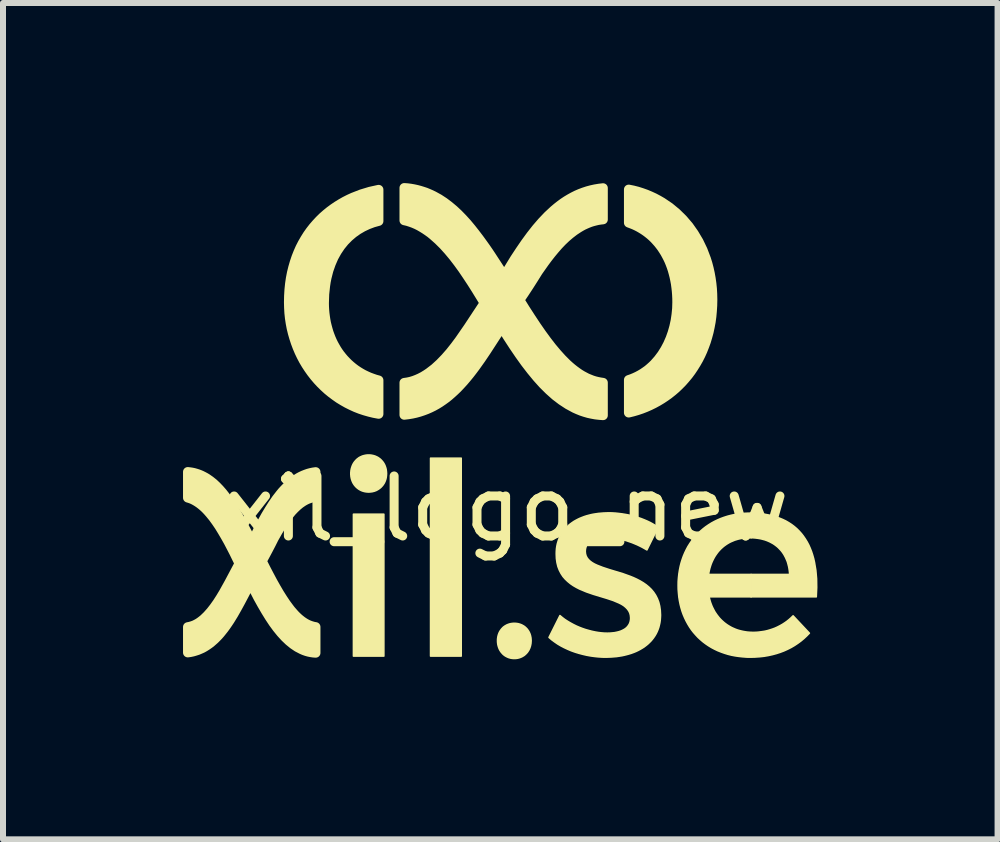
<source format=kicad_pcb>
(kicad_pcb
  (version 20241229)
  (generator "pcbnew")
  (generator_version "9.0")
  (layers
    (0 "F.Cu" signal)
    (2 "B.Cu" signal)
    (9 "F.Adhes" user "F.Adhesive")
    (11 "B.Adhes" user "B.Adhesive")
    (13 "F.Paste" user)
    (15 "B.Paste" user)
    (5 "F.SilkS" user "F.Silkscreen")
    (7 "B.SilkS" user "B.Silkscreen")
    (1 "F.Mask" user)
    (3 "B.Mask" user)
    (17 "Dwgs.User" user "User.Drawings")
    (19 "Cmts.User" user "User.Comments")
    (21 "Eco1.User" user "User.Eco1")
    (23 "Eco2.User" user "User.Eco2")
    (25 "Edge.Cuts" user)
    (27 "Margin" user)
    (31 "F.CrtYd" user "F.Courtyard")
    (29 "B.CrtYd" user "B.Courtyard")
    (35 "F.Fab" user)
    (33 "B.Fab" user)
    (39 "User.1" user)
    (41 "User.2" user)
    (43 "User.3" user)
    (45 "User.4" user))
  (footprint "xil_logo_new"
    (layer "F.Cu")
    (at 5.398 4.926)
    (property "Reference" "xil_logo_new" (at 0 0.5 0) (layer "F.SilkS") (effects (font (size 1 1) (thickness 0.15))))
    (attr through_hole)
    (fp_poly (pts (xy -2.559 2.956) (xy -2.559 0.592) (xy -2.052 0.592) (xy -2.052 2.956) (xy -2.559 2.956)) (stroke (width 0.026) (type solid)) (fill yes) (layer "F.SilkS"))
    (fp_poly (pts (xy -1.274 2.956) (xy -1.274 -0.342) (xy -0.763 -0.342) (xy -0.763 2.956) (xy -1.274 2.956)) (stroke (width 0.026) (type solid)) (fill yes) (layer "F.SilkS"))
    (fp_poly (pts (xy 4.067 0.575) (xy 4.067 0.984) (xy 4.102 0.985) (xy 4.137 0.988) (xy 4.17 0.992) (xy 4.203 0.997) (xy 4.234 1.003) (xy 4.265 1.011) (xy 4.295 1.019) (xy 4.324 1.029) (xy 4.353 1.041) (xy 4.38 1.053) (xy 4.406 1.067) (xy 4.432 1.081) (xy 4.456 1.097) (xy 4.479 1.114) (xy 4.502 1.132) (xy 4.523 1.151) (xy 4.543 1.172) (xy 4.563 1.193) (xy 4.581 1.215) (xy 4.598 1.239) (xy 4.614 1.263) (xy 4.628 1.289) (xy 4.642 1.315) (xy 4.654 1.343) (xy 4.666 1.371) (xy 4.676 1.4) (xy 4.684 1.431) (xy 4.692 1.462) (xy 4.698 1.494) (xy 4.703 1.527) (xy 4.707 1.561) (xy 4.709 1.596) (xy 4.067 1.596) (xy 4.067 1.969) (xy 5.153 1.969) (xy 5.16 1.814) (xy 5.158 1.667) (xy 5.146 1.527) (xy 5.124 1.396) (xy 5.11 1.333) (xy 5.093 1.273) (xy 5.074 1.215) (xy 5.052 1.159) (xy 5.028 1.105) (xy 5.001 1.054) (xy 4.971 1.005) (xy 4.939 0.958) (xy 4.905 0.914) (xy 4.868 0.873) (xy 4.828 0.833) (xy 4.786 0.797) (xy 4.741 0.763) (xy 4.693 0.732) (xy 4.643 0.703) (xy 4.59 0.678) (xy 4.534 0.655) (xy 4.476 0.634) (xy 4.415 0.617) (xy 4.351 0.603) (xy 4.284 0.591) (xy 4.215 0.583) (xy 4.142 0.577) (xy 4.067 0.575)) (stroke (width 0.026) (type solid)) (fill yes) (layer "F.SilkS"))
    (fp_poly (pts (xy -2.139 -1.64) (xy -2.193 -1.655) (xy -2.245 -1.673) (xy -2.296 -1.692) (xy -2.345 -1.714) (xy -2.393 -1.737) (xy -2.439 -1.763) (xy -2.483 -1.79) (xy -2.526 -1.819) (xy -2.567 -1.85) (xy -2.607 -1.883) (xy -2.645 -1.917) (xy -2.681 -1.953) (xy -2.716 -1.99) (xy -2.749 -2.029) (xy -2.781 -2.069) (xy -2.811 -2.111) (xy -2.839 -2.154) (xy -2.865 -2.199) (xy -2.89 -2.244) (xy -2.913 -2.291) (xy -2.934 -2.339) (xy -2.953 -2.388) (xy -2.971 -2.438) (xy -2.986 -2.489) (xy -3 -2.541) (xy -3.013 -2.594) (xy -3.023 -2.648) (xy -3.031 -2.702) (xy -3.038 -2.757) (xy -3.043 -2.813) (xy -3.046 -2.869) (xy -3.047 -2.927) (xy -3.042 -3.076) (xy -3.027 -3.216) (xy -3.017 -3.283) (xy -3.004 -3.348) (xy -2.973 -3.47) (xy -2.933 -3.584) (xy -2.887 -3.69) (xy -2.833 -3.787) (xy -2.774 -3.875) (xy -2.709 -3.955) (xy -2.638 -4.027) (xy -2.563 -4.091) (xy -2.485 -4.146) (xy -2.402 -4.194) (xy -2.317 -4.234) (xy -2.229 -4.267) (xy -2.139 -4.292) (xy -2.139 -4.816) (xy -2.284 -4.784) (xy -2.426 -4.741) (xy -2.565 -4.687) (xy -2.633 -4.656) (xy -2.7 -4.622) (xy -2.765 -4.585) (xy -2.83 -4.545) (xy -2.892 -4.503) (xy -2.953 -4.458) (xy -3.012 -4.41) (xy -3.07 -4.359) (xy -3.125 -4.305) (xy -3.178 -4.248) (xy -3.229 -4.189) (xy -3.278 -4.126) (xy -3.324 -4.061) (xy -3.367 -3.992) (xy -3.408 -3.921) (xy -3.446 -3.847) (xy -3.48 -3.77) (xy -3.512 -3.689) (xy -3.54 -3.606) (xy -3.565 -3.52) (xy -3.587 -3.431) (xy -3.605 -3.339) (xy -3.619 -3.243) (xy -3.629 -3.145) (xy -3.635 -3.044) (xy -3.637 -2.939) (xy -3.635 -2.85) (xy -3.63 -2.763) (xy -3.621 -2.677) (xy -3.608 -2.592) (xy -3.592 -2.508) (xy -3.572 -2.426) (xy -3.549 -2.346) (xy -3.523 -2.267) (xy -3.494 -2.19) (xy -3.462 -2.114) (xy -3.427 -2.041) (xy -3.389 -1.969) (xy -3.348 -1.9) (xy -3.304 -1.833) (xy -3.258 -1.768) (xy -3.209 -1.705) (xy -3.157 -1.644) (xy -3.103 -1.586) (xy -3.047 -1.531) (xy -2.989 -1.478) (xy -2.928 -1.428) (xy -2.865 -1.381) (xy -2.801 -1.336) (xy -2.734 -1.295) (xy -2.665 -1.256) (xy -2.595 -1.221) (xy -2.523 -1.188) (xy -2.449 -1.159) (xy -2.374 -1.134) (xy -2.297 -1.112) (xy -2.219 -1.093) (xy -2.139 -1.078) (xy -2.139 -1.64)) (stroke (width 0.159) (type solid)) (fill yes) (layer "F.SilkS"))
    (fp_poly (pts (xy 2.028 -4.82) (xy 2.028 -4.264) (xy 2.071 -4.248) (xy 2.114 -4.231) (xy 2.155 -4.212) (xy 2.196 -4.191) (xy 2.236 -4.168) (xy 2.275 -4.144) (xy 2.313 -4.118) (xy 2.35 -4.09) (xy 2.386 -4.061) (xy 2.421 -4.03) (xy 2.455 -3.997) (xy 2.487 -3.962) (xy 2.519 -3.926) (xy 2.549 -3.888) (xy 2.578 -3.849) (xy 2.605 -3.808) (xy 2.632 -3.765) (xy 2.656 -3.721) (xy 2.68 -3.675) (xy 2.702 -3.628) (xy 2.722 -3.579) (xy 2.741 -3.528) (xy 2.758 -3.476) (xy 2.773 -3.422) (xy 2.787 -3.367) (xy 2.799 -3.31) (xy 2.81 -3.252) (xy 2.818 -3.192) (xy 2.825 -3.131) (xy 2.83 -3.069) (xy 2.833 -3.005) (xy 2.834 -2.939) (xy 2.831 -2.836) (xy 2.821 -2.734) (xy 2.806 -2.632) (xy 2.784 -2.531) (xy 2.756 -2.432) (xy 2.722 -2.336) (xy 2.681 -2.242) (xy 2.634 -2.153) (xy 2.581 -2.068) (xy 2.521 -1.988) (xy 2.455 -1.913) (xy 2.419 -1.878) (xy 2.382 -1.845) (xy 2.344 -1.813) (xy 2.303 -1.784) (xy 2.262 -1.756) (xy 2.218 -1.73) (xy 2.173 -1.706) (xy 2.126 -1.684) (xy 2.078 -1.664) (xy 2.028 -1.647) (xy 2.028 -1.099) (xy 2.101 -1.117) (xy 2.173 -1.138) (xy 2.244 -1.162) (xy 2.313 -1.189) (xy 2.381 -1.219) (xy 2.448 -1.252) (xy 2.514 -1.288) (xy 2.577 -1.326) (xy 2.639 -1.367) (xy 2.7 -1.411) (xy 2.758 -1.457) (xy 2.815 -1.506) (xy 2.869 -1.558) (xy 2.922 -1.612) (xy 2.972 -1.669) (xy 3.021 -1.728) (xy 3.067 -1.79) (xy 3.11 -1.854) (xy 3.151 -1.92) (xy 3.19 -1.988) (xy 3.226 -2.059) (xy 3.259 -2.132) (xy 3.289 -2.208) (xy 3.317 -2.285) (xy 3.341 -2.365) (xy 3.363 -2.446) (xy 3.381 -2.53) (xy 3.397 -2.615) (xy 3.409 -2.703) (xy 3.417 -2.792) (xy 3.423 -2.884) (xy 3.425 -2.977) (xy 3.425 -2.989) (xy 3.423 -3.079) (xy 3.418 -3.166) (xy 3.409 -3.253) (xy 3.397 -3.337) (xy 3.382 -3.421) (xy 3.364 -3.502) (xy 3.343 -3.582) (xy 3.319 -3.659) (xy 3.262 -3.809) (xy 3.194 -3.951) (xy 3.115 -4.084) (xy 3.027 -4.209) (xy 2.929 -4.323) (xy 2.822 -4.428) (xy 2.707 -4.523) (xy 2.584 -4.606) (xy 2.52 -4.643) (xy 2.454 -4.678) (xy 2.387 -4.709) (xy 2.318 -4.738) (xy 2.248 -4.763) (xy 2.176 -4.786) (xy 2.102 -4.805) (xy 2.028 -4.82) (xy 2.028 -4.82)) (stroke (width 0.159) (type solid)) (fill yes) (layer "F.SilkS"))
    (fp_poly (pts (xy -2.007 -0.084) (xy -2.008 -0.068) (xy -2.009 -0.051) (xy -2.011 -0.035) (xy -2.013 -0.02) (xy -2.016 -0.005) (xy -2.02 0.01) (xy -2.025 0.025) (xy -2.03 0.039) (xy -2.036 0.053) (xy -2.042 0.066) (xy -2.049 0.079) (xy -2.057 0.091) (xy -2.065 0.103) (xy -2.074 0.115) (xy -2.083 0.125) (xy -2.093 0.136) (xy -2.103 0.146) (xy -2.114 0.155) (xy -2.125 0.164) (xy -2.137 0.172) (xy -2.149 0.18) (xy -2.161 0.187) (xy -2.174 0.194) (xy -2.187 0.2) (xy -2.201 0.205) (xy -2.215 0.21) (xy -2.229 0.213) (xy -2.244 0.217) (xy -2.259 0.219) (xy -2.274 0.221) (xy -2.289 0.222) (xy -2.305 0.223) (xy -2.321 0.222) (xy -2.336 0.221) (xy -2.352 0.219) (xy -2.366 0.217) (xy -2.381 0.213) (xy -2.395 0.21) (xy -2.409 0.205) (xy -2.423 0.2) (xy -2.436 0.194) (xy -2.449 0.187) (xy -2.462 0.18) (xy -2.474 0.172) (xy -2.485 0.164) (xy -2.496 0.155) (xy -2.507 0.146) (xy -2.517 0.136) (xy -2.527 0.125) (xy -2.536 0.115) (xy -2.545 0.103) (xy -2.553 0.091) (xy -2.561 0.079) (xy -2.568 0.066) (xy -2.574 0.053) (xy -2.58 0.039) (xy -2.585 0.025) (xy -2.59 0.01) (xy -2.594 -0.005) (xy -2.597 -0.02) (xy -2.6 -0.035) (xy -2.601 -0.051) (xy -2.603 -0.068) (xy -2.603 -0.084) (xy -2.603 -0.101) (xy -2.601 -0.118) (xy -2.6 -0.134) (xy -2.597 -0.15) (xy -2.594 -0.165) (xy -2.59 -0.18) (xy -2.585 -0.195) (xy -2.58 -0.21) (xy -2.574 -0.224) (xy -2.568 -0.237) (xy -2.561 -0.25) (xy -2.553 -0.263) (xy -2.545 -0.275) (xy -2.536 -0.286) (xy -2.527 -0.297) (xy -2.517 -0.308) (xy -2.507 -0.318) (xy -2.496 -0.328) (xy -2.485 -0.336) (xy -2.474 -0.345) (xy -2.462 -0.353) (xy -2.449 -0.36) (xy -2.436 -0.366) (xy -2.423 -0.372) (xy -2.409 -0.378) (xy -2.395 -0.382) (xy -2.381 -0.386) (xy -2.366 -0.389) (xy -2.352 -0.392) (xy -2.336 -0.394) (xy -2.321 -0.395) (xy -2.305 -0.395) (xy -2.289 -0.395) (xy -2.274 -0.394) (xy -2.259 -0.392) (xy -2.244 -0.389) (xy -2.229 -0.386) (xy -2.215 -0.382) (xy -2.201 -0.378) (xy -2.187 -0.372) (xy -2.174 -0.366) (xy -2.161 -0.36) (xy -2.149 -0.353) (xy -2.137 -0.345) (xy -2.125 -0.336) (xy -2.114 -0.328) (xy -2.103 -0.318) (xy -2.093 -0.308) (xy -2.083 -0.297) (xy -2.074 -0.286) (xy -2.065 -0.275) (xy -2.057 -0.263) (xy -2.049 -0.25) (xy -2.042 -0.237) (xy -2.036 -0.224) (xy -2.03 -0.21) (xy -2.025 -0.195) (xy -2.02 -0.18) (xy -2.016 -0.165) (xy -2.013 -0.15) (xy -2.011 -0.134) (xy -2.009 -0.118) (xy -2.008 -0.101) (xy -2.007 -0.084)) (stroke (width 0.026) (type solid)) (fill yes) (layer "F.SilkS"))
    (fp_poly (pts (xy 0.402 2.698) (xy 0.401 2.715) (xy 0.4 2.73) (xy 0.399 2.746) (xy 0.396 2.761) (xy 0.393 2.776) (xy 0.39 2.79) (xy 0.385 2.804) (xy 0.381 2.818) (xy 0.375 2.831) (xy 0.369 2.844) (xy 0.363 2.857) (xy 0.355 2.869) (xy 0.348 2.88) (xy 0.34 2.892) (xy 0.331 2.902) (xy 0.322 2.912) (xy 0.312 2.922) (xy 0.302 2.931) (xy 0.292 2.94) (xy 0.281 2.948) (xy 0.269 2.955) (xy 0.258 2.962) (xy 0.246 2.968) (xy 0.233 2.974) (xy 0.22 2.979) (xy 0.207 2.984) (xy 0.194 2.987) (xy 0.18 2.991) (xy 0.166 2.993) (xy 0.151 2.995) (xy 0.137 2.996) (xy 0.122 2.996) (xy 0.107 2.996) (xy 0.092 2.995) (xy 0.078 2.993) (xy 0.064 2.991) (xy 0.05 2.987) (xy 0.037 2.984) (xy 0.023 2.979) (xy 0.011 2.974) (xy -0.002 2.968) (xy -0.014 2.962) (xy -0.026 2.955) (xy -0.037 2.948) (xy -0.048 2.94) (xy -0.059 2.931) (xy -0.069 2.922) (xy -0.078 2.912) (xy -0.087 2.902) (xy -0.096 2.892) (xy -0.104 2.88) (xy -0.112 2.869) (xy -0.119 2.857) (xy -0.126 2.844) (xy -0.132 2.831) (xy -0.137 2.818) (xy -0.142 2.804) (xy -0.146 2.79) (xy -0.15 2.776) (xy -0.153 2.761) (xy -0.155 2.746) (xy -0.157 2.73) (xy -0.158 2.715) (xy -0.158 2.698) (xy -0.158 2.683) (xy -0.157 2.667) (xy -0.155 2.652) (xy -0.153 2.638) (xy -0.15 2.623) (xy -0.146 2.609) (xy -0.142 2.595) (xy -0.137 2.582) (xy -0.132 2.569) (xy -0.126 2.557) (xy -0.119 2.544) (xy -0.112 2.533) (xy -0.104 2.522) (xy -0.096 2.511) (xy -0.087 2.5) (xy -0.078 2.491) (xy -0.069 2.481) (xy -0.059 2.472) (xy -0.048 2.464) (xy -0.037 2.456) (xy -0.026 2.449) (xy -0.014 2.443) (xy -0.002 2.436) (xy 0.011 2.431) (xy 0.023 2.426) (xy 0.037 2.422) (xy 0.05 2.418) (xy 0.064 2.415) (xy 0.078 2.413) (xy 0.092 2.411) (xy 0.107 2.41) (xy 0.122 2.41) (xy 0.137 2.41) (xy 0.151 2.411) (xy 0.166 2.413) (xy 0.18 2.415) (xy 0.194 2.418) (xy 0.207 2.422) (xy 0.22 2.426) (xy 0.233 2.431) (xy 0.246 2.436) (xy 0.258 2.443) (xy 0.269 2.449) (xy 0.281 2.456) (xy 0.292 2.464) (xy 0.302 2.472) (xy 0.312 2.481) (xy 0.322 2.491) (xy 0.331 2.5) (xy 0.34 2.511) (xy 0.348 2.522) (xy 0.355 2.533) (xy 0.363 2.544) (xy 0.369 2.557) (xy 0.375 2.569) (xy 0.381 2.582) (xy 0.385 2.595) (xy 0.39 2.609) (xy 0.393 2.623) (xy 0.396 2.638) (xy 0.399 2.652) (xy 0.4 2.667) (xy 0.401 2.683) (xy 0.402 2.698)) (stroke (width 0.026) (type solid)) (fill yes) (layer "F.SilkS"))
    (fp_poly (pts (xy 4.067 0.575) (xy 4.065 0.575) (xy 4.062 0.574) (xy 4.057 0.574) (xy 4.052 0.574) (xy 4.049 0.574) (xy 4.047 0.574) (xy 3.981 0.576) (xy 3.918 0.58) (xy 3.855 0.587) (xy 3.794 0.597) (xy 3.734 0.61) (xy 3.676 0.625) (xy 3.619 0.643) (xy 3.564 0.663) (xy 3.51 0.686) (xy 3.458 0.711) (xy 3.408 0.738) (xy 3.36 0.768) (xy 3.313 0.8) (xy 3.269 0.834) (xy 3.226 0.871) (xy 3.185 0.909) (xy 3.147 0.95) (xy 3.11 0.993) (xy 3.076 1.037) (xy 3.044 1.084) (xy 3.014 1.132) (xy 2.987 1.183) (xy 2.962 1.235) (xy 2.939 1.289) (xy 2.919 1.345) (xy 2.901 1.402) (xy 2.886 1.461) (xy 2.874 1.521) (xy 2.864 1.583) (xy 2.857 1.647) (xy 2.852 1.712) (xy 2.851 1.778) (xy 2.852 1.844) (xy 2.857 1.909) (xy 2.863 1.972) (xy 2.873 2.034) (xy 2.885 2.094) (xy 2.9 2.153) (xy 2.917 2.21) (xy 2.937 2.265) (xy 2.96 2.319) (xy 2.985 2.371) (xy 3.012 2.421) (xy 3.041 2.469) (xy 3.073 2.516) (xy 3.107 2.56) (xy 3.144 2.602) (xy 3.182 2.643) (xy 3.223 2.681) (xy 3.265 2.717) (xy 3.31 2.751) (xy 3.357 2.783) (xy 3.406 2.813) (xy 3.457 2.84) (xy 3.509 2.865) (xy 3.564 2.887) (xy 3.62 2.907) (xy 3.678 2.925) (xy 3.737 2.94) (xy 3.799 2.952) (xy 3.862 2.961) (xy 3.926 2.968) (xy 3.992 2.973) (xy 4.06 2.974) (xy 4.136 2.972) (xy 4.21 2.967) (xy 4.282 2.959) (xy 4.353 2.947) (xy 4.421 2.932) (xy 4.488 2.914) (xy 4.553 2.893) (xy 4.616 2.869) (xy 4.676 2.842) (xy 4.735 2.812) (xy 4.791 2.779) (xy 4.845 2.743) (xy 4.897 2.705) (xy 4.946 2.664) (xy 4.993 2.62) (xy 5.038 2.574) (xy 4.767 2.285) (xy 4.734 2.317) (xy 4.699 2.348) (xy 4.663 2.377) (xy 4.626 2.403) (xy 4.587 2.428) (xy 4.548 2.45) (xy 4.507 2.471) (xy 4.465 2.49) (xy 4.422 2.506) (xy 4.379 2.52) (xy 4.334 2.533) (xy 4.289 2.543) (xy 4.242 2.55) (xy 4.196 2.556) (xy 4.148 2.56) (xy 4.1 2.561) (xy 4.065 2.56) (xy 4.031 2.558) (xy 3.998 2.555) (xy 3.965 2.55) (xy 3.932 2.544) (xy 3.901 2.537) (xy 3.869 2.529) (xy 3.839 2.52) (xy 3.809 2.509) (xy 3.781 2.497) (xy 3.752 2.484) (xy 3.725 2.47) (xy 3.698 2.454) (xy 3.672 2.438) (xy 3.647 2.42) (xy 3.623 2.402) (xy 3.6 2.382) (xy 3.577 2.361) (xy 3.556 2.34) (xy 3.535 2.317) (xy 3.516 2.293) (xy 3.497 2.268) (xy 3.479 2.242) (xy 3.462 2.216) (xy 3.447 2.188) (xy 3.432 2.159) (xy 3.418 2.13) (xy 3.406 2.1) (xy 3.394 2.068) (xy 3.384 2.036) (xy 3.375 2.003) (xy 3.367 1.969) (xy 4.067 1.969) (xy 4.067 1.596) (xy 3.358 1.596) (xy 3.364 1.561) (xy 3.371 1.527) (xy 3.379 1.494) (xy 3.389 1.461) (xy 3.399 1.43) (xy 3.411 1.399) (xy 3.424 1.37) (xy 3.438 1.341) (xy 3.453 1.313) (xy 3.469 1.286) (xy 3.486 1.261) (xy 3.504 1.236) (xy 3.523 1.212) (xy 3.543 1.19) (xy 3.564 1.168) (xy 3.586 1.148) (xy 3.609 1.128) (xy 3.633 1.11) (xy 3.657 1.093) (xy 3.683 1.077) (xy 3.709 1.062) (xy 3.736 1.049) (xy 3.765 1.037) (xy 3.793 1.025) (xy 3.823 1.016) (xy 3.853 1.007) (xy 3.885 1) (xy 3.916 0.994) (xy 3.949 0.989) (xy 3.982 0.985) (xy 4.016 0.983) (xy 4.051 0.983) (xy 4.052 0.983) (xy 4.053 0.983) (xy 4.055 0.983) (xy 4.057 0.983) (xy 4.059 0.983) (xy 4.061 0.984) (xy 4.063 0.984) (xy 4.065 0.984) (xy 4.066 0.984) (xy 4.067 0.984) (xy 4.067 0.575)) (stroke (width 0.026) (type solid)) (fill yes) (layer "F.SilkS"))
    (fp_poly (pts (xy -3.188 2.47) (xy -3.218 2.465) (xy -3.247 2.457) (xy -3.275 2.448) (xy -3.304 2.437) (xy -3.332 2.424) (xy -3.36 2.409) (xy -3.387 2.392) (xy -3.415 2.373) (xy -3.442 2.352) (xy -3.469 2.33) (xy -3.496 2.305) (xy -3.523 2.279) (xy -3.549 2.251) (xy -3.576 2.22) (xy -3.603 2.189) (xy -3.629 2.155) (xy -3.683 2.082) (xy -3.737 2.001) (xy -3.792 1.914) (xy -3.847 1.82) (xy -3.904 1.719) (xy -3.962 1.61) (xy -4.022 1.495) (xy -4.083 1.374) (xy -4.031 1.278) (xy -3.981 1.184) (xy -3.932 1.09) (xy -3.884 0.994) (xy -3.817 0.876) (xy -3.781 0.817) (xy -3.745 0.759) (xy -3.707 0.702) (xy -3.668 0.647) (xy -3.627 0.595) (xy -3.586 0.545) (xy -3.542 0.499) (xy -3.497 0.456) (xy -3.45 0.417) (xy -3.402 0.384) (xy -3.377 0.369) (xy -3.351 0.355) (xy -3.325 0.343) (xy -3.299 0.333) (xy -3.272 0.324) (xy -3.245 0.316) (xy -3.217 0.31) (xy -3.188 0.306) (xy -3.188 -0.112) (xy -3.231 -0.106) (xy -3.274 -0.097) (xy -3.315 -0.086) (xy -3.355 -0.072) (xy -3.395 -0.056) (xy -3.434 -0.038) (xy -3.471 -0.018) (xy -3.508 0.005) (xy -3.544 0.03) (xy -3.58 0.056) (xy -3.615 0.085) (xy -3.649 0.116) (xy -3.682 0.149) (xy -3.715 0.183) (xy -3.748 0.219) (xy -3.779 0.257) (xy -3.842 0.338) (xy -3.902 0.425) (xy -3.961 0.518) (xy -4.02 0.616) (xy -4.077 0.719) (xy -4.134 0.827) (xy -4.19 0.939) (xy -4.246 1.054) (xy -4.275 1.001) (xy -4.304 0.947) (xy -4.36 0.84) (xy -4.416 0.734) (xy -4.445 0.683) (xy -4.474 0.634) (xy -4.516 0.561) (xy -4.559 0.491) (xy -4.603 0.422) (xy -4.647 0.356) (xy -4.694 0.293) (xy -4.741 0.233) (xy -4.79 0.177) (xy -4.84 0.125) (xy -4.892 0.076) (xy -4.946 0.033) (xy -5.002 -0.006) (xy -5.031 -0.023) (xy -5.061 -0.039) (xy -5.091 -0.054) (xy -5.121 -0.067) (xy -5.153 -0.079) (xy -5.185 -0.089) (xy -5.217 -0.098) (xy -5.25 -0.105) (xy -5.284 -0.11) (xy -5.319 -0.114) (xy -5.319 0.318) (xy -5.286 0.328) (xy -5.253 0.34) (xy -5.221 0.355) (xy -5.19 0.372) (xy -5.159 0.391) (xy -5.128 0.412) (xy -5.098 0.435) (xy -5.068 0.46) (xy -5.039 0.486) (xy -5.01 0.515) (xy -4.982 0.545) (xy -4.954 0.577) (xy -4.899 0.644) (xy -4.846 0.717) (xy -4.793 0.795) (xy -4.743 0.877) (xy -4.693 0.962) (xy -4.644 1.049) (xy -4.597 1.139) (xy -4.55 1.23) (xy -4.46 1.414) (xy -4.63 1.734) (xy -4.724 1.903) (xy -4.774 1.986) (xy -4.826 2.067) (xy -4.88 2.143) (xy -4.936 2.215) (xy -4.994 2.28) (xy -5.054 2.338) (xy -5.085 2.363) (xy -5.117 2.387) (xy -5.149 2.408) (xy -5.182 2.426) (xy -5.215 2.442) (xy -5.249 2.454) (xy -5.284 2.464) (xy -5.319 2.471) (xy -5.319 2.898) (xy -5.276 2.892) (xy -5.234 2.883) (xy -5.193 2.871) (xy -5.153 2.858) (xy -5.115 2.842) (xy -5.077 2.825) (xy -5.041 2.805) (xy -5.006 2.783) (xy -4.971 2.759) (xy -4.937 2.734) (xy -4.905 2.706) (xy -4.872 2.677) (xy -4.841 2.646) (xy -4.81 2.614) (xy -4.78 2.58) (xy -4.751 2.544) (xy -4.716 2.5) (xy -4.683 2.455) (xy -4.65 2.407) (xy -4.618 2.359) (xy -4.556 2.258) (xy -4.497 2.154) (xy -4.439 2.048) (xy -4.383 1.942) (xy -4.275 1.734) (xy -4.147 1.982) (xy -4.083 2.097) (xy -4.02 2.205) (xy -3.957 2.307) (xy -3.894 2.402) (xy -3.83 2.489) (xy -3.765 2.569) (xy -3.699 2.641) (xy -3.632 2.705) (xy -3.563 2.761) (xy -3.493 2.808) (xy -3.42 2.846) (xy -3.383 2.862) (xy -3.346 2.875) (xy -3.307 2.886) (xy -3.268 2.894) (xy -3.229 2.9) (xy -3.188 2.903) (xy -3.188 2.47) (xy -3.188 2.47)) (stroke (width 0.159) (type solid)) (fill yes) (layer "F.SilkS"))
    (fp_poly (pts (xy 1.6 -1.6) (xy 1.554 -1.607) (xy 1.509 -1.616) (xy 1.464 -1.627) (xy 1.42 -1.641) (xy 1.377 -1.658) (xy 1.333 -1.676) (xy 1.291 -1.698) (xy 1.248 -1.721) (xy 1.206 -1.747) (xy 1.164 -1.776) (xy 1.122 -1.807) (xy 1.08 -1.84) (xy 1.039 -1.875) (xy 0.997 -1.913) (xy 0.914 -1.996) (xy 0.831 -2.088) (xy 0.747 -2.188) (xy 0.662 -2.298) (xy 0.575 -2.417) (xy 0.487 -2.544) (xy 0.397 -2.68) (xy 0.304 -2.824) (xy 0.209 -2.977) (xy 0.29 -3.097) (xy 0.368 -3.216) (xy 0.443 -3.334) (xy 0.518 -3.454) (xy 0.623 -3.603) (xy 0.678 -3.677) (xy 0.735 -3.75) (xy 0.794 -3.821) (xy 0.854 -3.89) (xy 0.917 -3.956) (xy 0.982 -4.018) (xy 1.05 -4.076) (xy 1.12 -4.13) (xy 1.193 -4.178) (xy 1.23 -4.2) (xy 1.268 -4.221) (xy 1.307 -4.239) (xy 1.346 -4.256) (xy 1.387 -4.272) (xy 1.428 -4.285) (xy 1.47 -4.296) (xy 1.512 -4.306) (xy 1.556 -4.313) (xy 1.6 -4.318) (xy 1.6 -4.843) (xy 1.533 -4.835) (xy 1.467 -4.824) (xy 1.403 -4.81) (xy 1.34 -4.793) (xy 1.279 -4.773) (xy 1.218 -4.75) (xy 1.16 -4.725) (xy 1.102 -4.696) (xy 1.046 -4.665) (xy 0.991 -4.632) (xy 0.937 -4.596) (xy 0.884 -4.557) (xy 0.832 -4.516) (xy 0.781 -4.473) (xy 0.681 -4.38) (xy 0.584 -4.278) (xy 0.49 -4.169) (xy 0.398 -4.052) (xy 0.308 -3.929) (xy 0.219 -3.799) (xy 0.13 -3.664) (xy -0.045 -3.379) (xy -0.09 -3.445) (xy -0.134 -3.513) (xy -0.222 -3.648) (xy -0.265 -3.714) (xy -0.309 -3.78) (xy -0.353 -3.844) (xy -0.398 -3.907) (xy -0.464 -3.998) (xy -0.531 -4.086) (xy -0.599 -4.172) (xy -0.668 -4.255) (xy -0.74 -4.334) (xy -0.814 -4.41) (xy -0.889 -4.48) (xy -0.968 -4.546) (xy -1.049 -4.607) (xy -1.133 -4.662) (xy -1.22 -4.71) (xy -1.265 -4.732) (xy -1.311 -4.752) (xy -1.357 -4.771) (xy -1.405 -4.787) (xy -1.454 -4.802) (xy -1.503 -4.815) (xy -1.554 -4.826) (xy -1.605 -4.835) (xy -1.658 -4.842) (xy -1.712 -4.846) (xy -1.712 -4.303) (xy -1.66 -4.291) (xy -1.61 -4.275) (xy -1.56 -4.257) (xy -1.511 -4.236) (xy -1.463 -4.212) (xy -1.416 -4.185) (xy -1.369 -4.156) (xy -1.323 -4.125) (xy -1.277 -4.092) (xy -1.233 -4.056) (xy -1.145 -3.978) (xy -1.059 -3.893) (xy -0.976 -3.801) (xy -0.895 -3.704) (xy -0.816 -3.601) (xy -0.739 -3.495) (xy -0.664 -3.384) (xy -0.59 -3.272) (xy -0.517 -3.157) (xy -0.376 -2.927) (xy -0.641 -2.525) (xy -0.788 -2.312) (xy -0.866 -2.207) (xy -0.946 -2.106) (xy -1.03 -2.01) (xy -1.117 -1.92) (xy -1.207 -1.838) (xy -1.301 -1.766) (xy -1.349 -1.734) (xy -1.398 -1.704) (xy -1.448 -1.678) (xy -1.499 -1.655) (xy -1.551 -1.635) (xy -1.603 -1.619) (xy -1.657 -1.607) (xy -1.712 -1.599) (xy -1.712 -1.062) (xy -1.645 -1.07) (xy -1.579 -1.081) (xy -1.516 -1.095) (xy -1.455 -1.112) (xy -1.395 -1.132) (xy -1.337 -1.154) (xy -1.28 -1.179) (xy -1.225 -1.206) (xy -1.171 -1.236) (xy -1.119 -1.268) (xy -1.068 -1.303) (xy -1.018 -1.339) (xy -0.969 -1.378) (xy -0.922 -1.419) (xy -0.875 -1.462) (xy -0.829 -1.506) (xy -0.776 -1.562) (xy -0.724 -1.619) (xy -0.673 -1.679) (xy -0.623 -1.74) (xy -0.575 -1.802) (xy -0.527 -1.866) (xy -0.434 -1.997) (xy -0.345 -2.129) (xy -0.258 -2.263) (xy -0.089 -2.524) (xy 0.011 -2.365) (xy 0.11 -2.213) (xy 0.208 -2.069) (xy 0.306 -1.932) (xy 0.404 -1.805) (xy 0.503 -1.685) (xy 0.602 -1.575) (xy 0.703 -1.475) (xy 0.805 -1.384) (xy 0.91 -1.304) (xy 1.017 -1.234) (xy 1.126 -1.175) (xy 1.182 -1.15) (xy 1.239 -1.127) (xy 1.296 -1.108) (xy 1.355 -1.091) (xy 1.415 -1.078) (xy 1.475 -1.067) (xy 1.537 -1.06) (xy 1.6 -1.055) (xy 1.6 -1.6)) (stroke (width 0.159) (type solid)) (fill yes) (layer "F.SilkS"))
    (fp_poly (pts (xy 2.518 0.809) (xy 2.331 1.187) (xy 2.291 1.164) (xy 2.25 1.141) (xy 2.208 1.12) (xy 2.166 1.1) (xy 2.123 1.082) (xy 2.079 1.064) (xy 2.035 1.049) (xy 1.991 1.034) (xy 1.947 1.022) (xy 1.903 1.01) (xy 1.859 1.001) (xy 1.816 0.993) (xy 1.773 0.986) (xy 1.731 0.982) (xy 1.691 0.979) (xy 1.651 0.978) (xy 1.614 0.979) (xy 1.578 0.981) (xy 1.545 0.986) (xy 1.512 0.991) (xy 1.482 0.999) (xy 1.453 1.008) (xy 1.427 1.02) (xy 1.414 1.026) (xy 1.402 1.033) (xy 1.391 1.04) (xy 1.381 1.048) (xy 1.37 1.056) (xy 1.361 1.065) (xy 1.352 1.074) (xy 1.344 1.084) (xy 1.337 1.095) (xy 1.33 1.106) (xy 1.324 1.117) (xy 1.319 1.129) (xy 1.315 1.142) (xy 1.311 1.155) (xy 1.308 1.169) (xy 1.306 1.183) (xy 1.305 1.198) (xy 1.304 1.214) (xy 1.308 1.253) (xy 1.318 1.288) (xy 1.335 1.32) (xy 1.358 1.349) (xy 1.387 1.376) (xy 1.42 1.4) (xy 1.458 1.422) (xy 1.501 1.442) (xy 1.596 1.479) (xy 1.702 1.514) (xy 1.933 1.584) (xy 2.05 1.626) (xy 2.107 1.649) (xy 2.163 1.675) (xy 2.217 1.703) (xy 2.269 1.734) (xy 2.318 1.768) (xy 2.364 1.806) (xy 2.406 1.847) (xy 2.444 1.893) (xy 2.477 1.943) (xy 2.505 1.998) (xy 2.528 2.058) (xy 2.544 2.123) (xy 2.554 2.194) (xy 2.558 2.272) (xy 2.556 2.316) (xy 2.553 2.359) (xy 2.547 2.401) (xy 2.538 2.441) (xy 2.528 2.479) (xy 2.515 2.516) (xy 2.5 2.552) (xy 2.483 2.586) (xy 2.464 2.618) (xy 2.443 2.649) (xy 2.42 2.679) (xy 2.396 2.707) (xy 2.37 2.733) (xy 2.342 2.759) (xy 2.313 2.782) (xy 2.283 2.805) (xy 2.251 2.825) (xy 2.217 2.845) (xy 2.183 2.863) (xy 2.147 2.88) (xy 2.11 2.895) (xy 2.072 2.909) (xy 2.033 2.921) (xy 1.993 2.932) (xy 1.953 2.942) (xy 1.911 2.951) (xy 1.826 2.964) (xy 1.739 2.971) (xy 1.651 2.974) (xy 1.586 2.973) (xy 1.52 2.969) (xy 1.455 2.962) (xy 1.389 2.953) (xy 1.324 2.941) (xy 1.26 2.926) (xy 1.196 2.909) (xy 1.134 2.89) (xy 1.072 2.868) (xy 1.013 2.843) (xy 0.955 2.816) (xy 0.899 2.787) (xy 0.845 2.755) (xy 0.794 2.72) (xy 0.745 2.684) (xy 0.7 2.645) (xy 0.882 2.281) (xy 0.922 2.314) (xy 0.964 2.346) (xy 1.009 2.375) (xy 1.056 2.403) (xy 1.104 2.429) (xy 1.154 2.454) (xy 1.205 2.476) (xy 1.257 2.496) (xy 1.31 2.514) (xy 1.363 2.529) (xy 1.417 2.543) (xy 1.469 2.554) (xy 1.522 2.563) (xy 1.573 2.569) (xy 1.624 2.573) (xy 1.673 2.574) (xy 1.713 2.573) (xy 1.752 2.57) (xy 1.79 2.566) (xy 1.825 2.559) (xy 1.859 2.551) (xy 1.891 2.541) (xy 1.921 2.528) (xy 1.948 2.514) (xy 1.961 2.506) (xy 1.973 2.498) (xy 1.984 2.489) (xy 1.995 2.479) (xy 2.005 2.469) (xy 2.014 2.458) (xy 2.022 2.447) (xy 2.03 2.435) (xy 2.037 2.423) (xy 2.043 2.41) (xy 2.048 2.397) (xy 2.052 2.383) (xy 2.055 2.368) (xy 2.058 2.353) (xy 2.059 2.337) (xy 2.06 2.321) (xy 2.056 2.277) (xy 2.046 2.238) (xy 2.029 2.203) (xy 2.006 2.171) (xy 1.978 2.142) (xy 1.945 2.115) (xy 1.907 2.091) (xy 1.865 2.07) (xy 1.771 2.03) (xy 1.666 1.995) (xy 1.438 1.926) (xy 1.322 1.886) (xy 1.21 1.839) (xy 1.157 1.812) (xy 1.105 1.782) (xy 1.057 1.749) (xy 1.012 1.712) (xy 0.97 1.672) (xy 0.932 1.628) (xy 0.9 1.579) (xy 0.872 1.525) (xy 0.849 1.466) (xy 0.833 1.401) (xy 0.823 1.331) (xy 0.82 1.254) (xy 0.821 1.21) (xy 0.824 1.167) (xy 0.83 1.126) (xy 0.838 1.087) (xy 0.849 1.049) (xy 0.861 1.012) (xy 0.876 0.978) (xy 0.892 0.944) (xy 0.91 0.913) (xy 0.93 0.882) (xy 0.952 0.854) (xy 0.976 0.826) (xy 1.001 0.8) (xy 1.028 0.776) (xy 1.056 0.753) (xy 1.085 0.732) (xy 1.116 0.711) (xy 1.148 0.693) (xy 1.182 0.675) (xy 1.216 0.659) (xy 1.251 0.645) (xy 1.288 0.631) (xy 1.325 0.619) (xy 1.363 0.609) (xy 1.402 0.599) (xy 1.442 0.591) (xy 1.523 0.579) (xy 1.606 0.572) (xy 1.691 0.569) (xy 1.747 0.57) (xy 1.803 0.573) (xy 1.859 0.579) (xy 1.916 0.586) (xy 1.972 0.595) (xy 2.027 0.605) (xy 2.082 0.618) (xy 2.136 0.633) (xy 2.189 0.649) (xy 2.241 0.667) (xy 2.291 0.687) (xy 2.34 0.708) (xy 2.388 0.731) (xy 2.433 0.756) (xy 2.476 0.782) (xy 2.518 0.809) (xy 2.518 0.809)) (stroke (width 0.026) (type solid)) (fill yes) (layer "F.SilkS")))
  (gr_rect
    (start -3 -3)
    (end 13.572 10.935)
    (stroke (width 0.1) (type default))
    (fill no)
    (layer "Edge.Cuts")))
</source>
